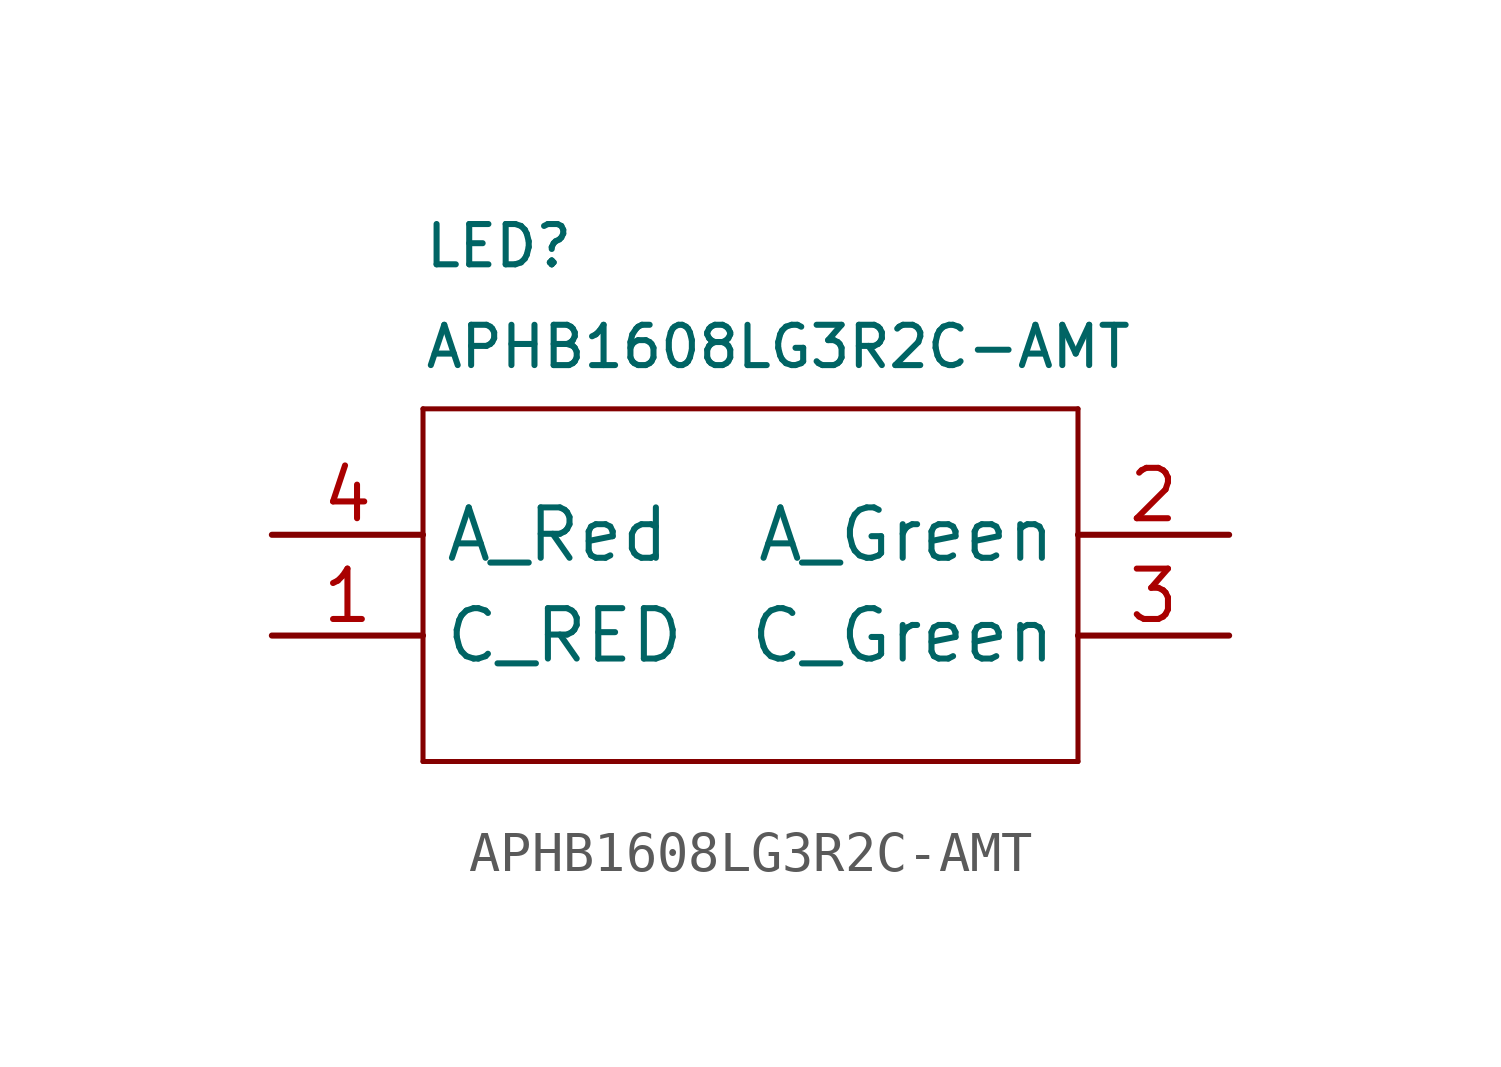
<source format=kicad_sym>
(kicad_symbol_lib
  (version 20231120)
  (generator "kicad_symbol_editor")
  (generator_version "8.0")
  (symbol "APHB1608LG3R2C-AMT"
    (property "Reference" "LED"
      (at 0 6.604 0)
      (effects (font (size 1.016 1.016)) (justify left top)))
    (property "Value" "APHB1608LG3R2C-AMT"
      (at 0 4.064 0)
      (effects (font (size 1.016 1.016)) (justify left top)))
    (symbol "APHB1608LG3R2C-AMT_0_1"
      (polyline (pts (xy 0 -6.985) (xy 16.51 -6.985)) (stroke (width 0.127) (type default)) (fill (type none)))
      (polyline (pts (xy 0 1.905) (xy 0 -6.985)) (stroke (width 0.127) (type default)) (fill (type none)))
      (polyline (pts (xy 16.51 -6.985) (xy 16.51 1.905)) (stroke (width 0.127) (type default)) (fill (type none)))
      (polyline (pts (xy 16.51 1.905) (xy 0 1.905)) (stroke (width 0.127) (type default)) (fill (type none))))
    (symbol "APHB1608LG3R2C-AMT_1_1"
      (pin passive line (at -3.81 -3.81 0) (length 3.81) (name "C_RED" (effects (font (size 1.27 1.27)))) (number "1" (effects (font (size 1.27 1.27)))))
      (pin passive line (at 20.32 -1.27 180) (length 3.81) (name "A_Green" (effects (font (size 1.27 1.27)))) (number "2" (effects (font (size 1.27 1.27)))))
      (pin passive line (at 20.32 -3.81 180) (length 3.81) (name "C_Green" (effects (font (size 1.27 1.27)))) (number "3" (effects (font (size 1.27 1.27)))))
      (pin passive line (at -3.81 -1.27 0) (length 3.81) (name "A_Red" (effects (font (size 1.27 1.27)))) (number "4" (effects (font (size 1.27 1.27))))))))
</source>
